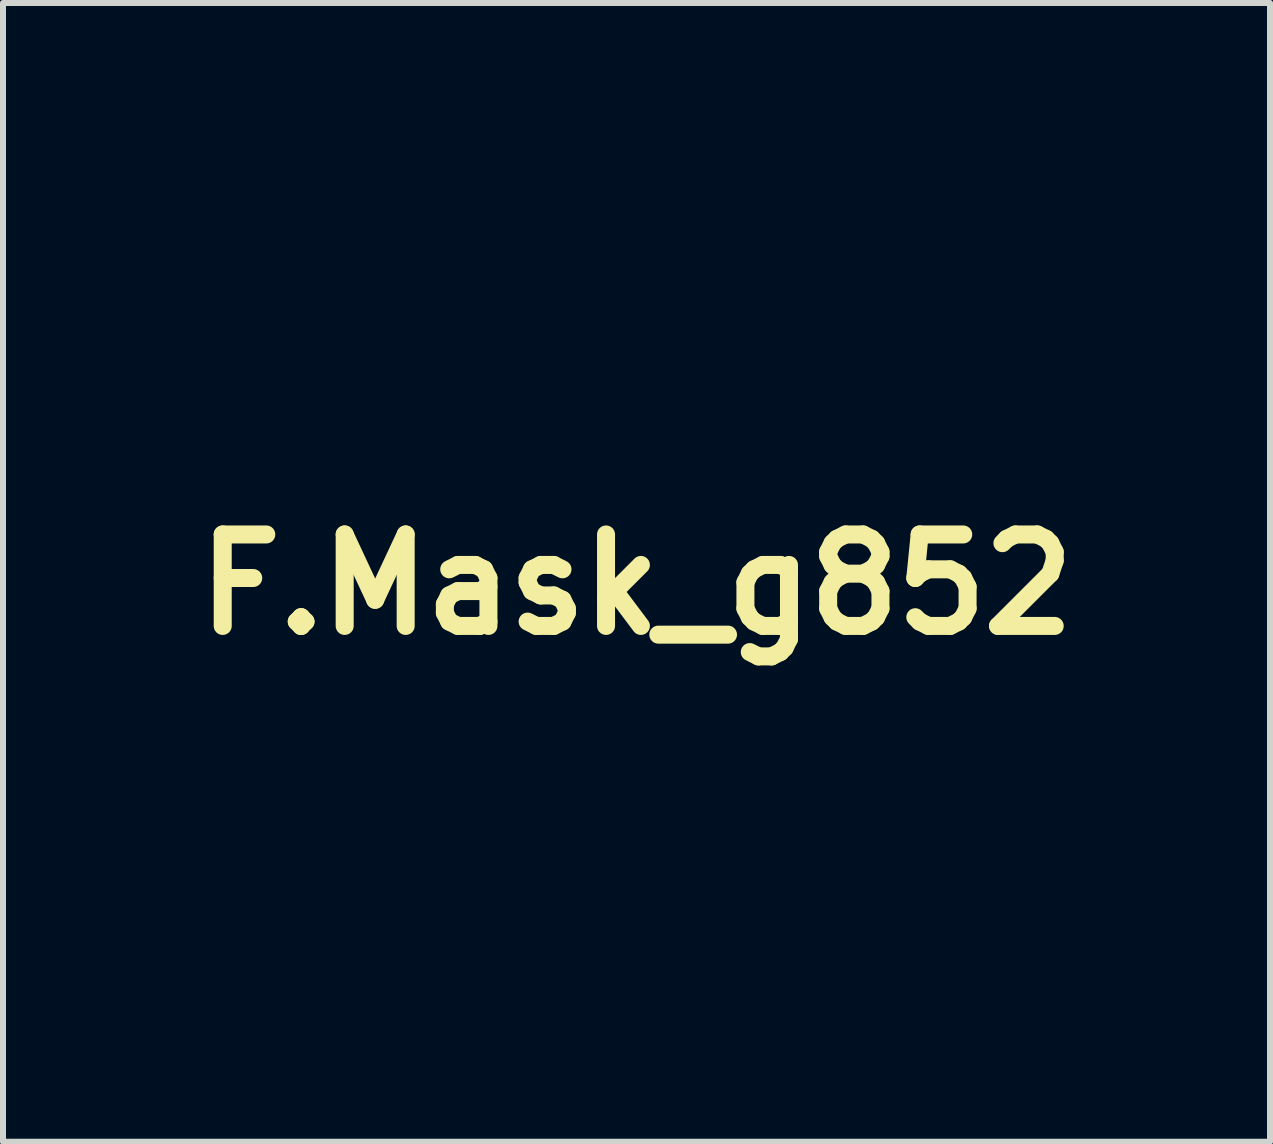
<source format=kicad_pcb>
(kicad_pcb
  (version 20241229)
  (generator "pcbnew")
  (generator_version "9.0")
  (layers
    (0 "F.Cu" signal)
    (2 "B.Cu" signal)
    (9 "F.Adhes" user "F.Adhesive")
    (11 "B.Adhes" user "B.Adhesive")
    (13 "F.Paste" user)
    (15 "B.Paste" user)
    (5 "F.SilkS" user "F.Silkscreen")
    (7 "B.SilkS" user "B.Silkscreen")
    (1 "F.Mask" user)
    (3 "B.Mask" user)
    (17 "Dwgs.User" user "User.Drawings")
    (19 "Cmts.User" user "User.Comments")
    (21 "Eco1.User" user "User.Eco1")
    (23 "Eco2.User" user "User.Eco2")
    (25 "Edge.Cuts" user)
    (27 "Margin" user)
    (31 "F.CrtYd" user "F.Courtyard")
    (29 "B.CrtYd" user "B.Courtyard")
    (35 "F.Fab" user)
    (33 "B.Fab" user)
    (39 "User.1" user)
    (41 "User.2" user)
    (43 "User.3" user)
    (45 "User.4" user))
  (footprint "F.Mask_g852"
    (layer "F.Cu")
    (at 7.555 6.689)
    (property "Reference" "F.Mask_g852" (at 0 0 0) (layer "F.SilkS") (effects (font (size 1.524 1.524) (thickness 0.3))))
    (attr through_hole)
    (fp_poly (pts (xy 2.445 -4.873) (xy 2.627 -4.823) (xy 2.797 -4.739) (xy 2.799 -4.738) (xy 2.9 -4.653) (xy 2.963 -4.556) (xy 2.986 -4.449) (xy 2.97 -4.338) (xy 2.915 -4.225) (xy 2.831 -4.127) (xy 2.764 -4.071) (xy 2.68 -4.018) (xy 2.574 -3.966) (xy 2.439 -3.911) (xy 2.271 -3.851) (xy 2.239 -3.84) (xy 2.084 -3.786) (xy 1.96 -3.736) (xy 1.857 -3.685) (xy 1.766 -3.626) (xy 1.677 -3.555) (xy 1.579 -3.465) (xy 1.553 -3.44) (xy 1.349 -3.214) (xy 1.183 -2.974) (xy 1.056 -2.723) (xy 0.969 -2.463) (xy 0.942 -2.337) (xy 0.927 -2.254) (xy 0.914 -2.188) (xy 0.904 -2.149) (xy 0.902 -2.143) (xy 0.899 -2.16) (xy 0.898 -2.211) (xy 0.899 -2.289) (xy 0.901 -2.386) (xy 0.902 -2.396) (xy 0.905 -2.514) (xy 0.909 -2.659) (xy 0.914 -2.814) (xy 0.918 -2.963) (xy 0.919 -3.006) (xy 0.935 -3.287) (xy 0.965 -3.545) (xy 1.009 -3.777) (xy 1.066 -3.978) (xy 1.135 -4.143) (xy 1.159 -4.187) (xy 1.266 -4.336) (xy 1.406 -4.48) (xy 1.571 -4.612) (xy 1.751 -4.726) (xy 1.936 -4.814) (xy 2.08 -4.861) (xy 2.259 -4.886) (xy 2.445 -4.873)) (stroke (width 0.01) (type solid)) (fill yes) (layer "F.Mask"))
    (fp_poly (pts (xy -1.235 -6.679) (xy -1.113 -6.663) (xy -1.098 -6.66) (xy -0.874 -6.59) (xy -0.643 -6.486) (xy -0.412 -6.352) (xy -0.191 -6.196) (xy 0.014 -6.021) (xy 0.194 -5.833) (xy 0.275 -5.733) (xy 0.383 -5.58) (xy 0.465 -5.437) (xy 0.53 -5.288) (xy 0.579 -5.143) (xy 0.631 -4.952) (xy 0.674 -4.761) (xy 0.707 -4.563) (xy 0.731 -4.352) (xy 0.748 -4.12) (xy 0.757 -3.861) (xy 0.759 -3.568) (xy 0.759 -3.503) (xy 0.758 -3.358) (xy 0.756 -3.202) (xy 0.754 -3.039) (xy 0.751 -2.874) (xy 0.747 -2.714) (xy 0.743 -2.562) (xy 0.739 -2.425) (xy 0.735 -2.307) (xy 0.732 -2.213) (xy 0.728 -2.149) (xy 0.725 -2.12) (xy 0.724 -2.12) (xy 0.72 -2.145) (xy 0.713 -2.203) (xy 0.705 -2.285) (xy 0.698 -2.353) (xy 0.641 -2.702) (xy 0.543 -3.043) (xy 0.404 -3.377) (xy 0.224 -3.702) (xy 0.003 -4.018) (xy -0.148 -4.202) (xy -0.279 -4.348) (xy -0.401 -4.471) (xy -0.521 -4.577) (xy -0.646 -4.669) (xy -0.782 -4.752) (xy -0.937 -4.83) (xy -1.118 -4.909) (xy -1.331 -4.993) (xy -1.376 -5.01) (xy -1.614 -5.104) (xy -1.815 -5.192) (xy -1.982 -5.278) (xy -2.12 -5.365) (xy -2.233 -5.455) (xy -2.325 -5.552) (xy -2.399 -5.658) (xy -2.452 -5.757) (xy -2.5 -5.902) (xy -2.506 -6.045) (xy -2.471 -6.181) (xy -2.398 -6.304) (xy -2.312 -6.392) (xy -2.225 -6.453) (xy -2.11 -6.517) (xy -1.984 -6.576) (xy -1.86 -6.622) (xy -1.81 -6.638) (xy -1.683 -6.663) (xy -1.535 -6.679) (xy -1.381 -6.684) (xy -1.235 -6.679)) (stroke (width 0.01) (type solid)) (fill yes) (layer "F.Mask"))
    (fp_poly (pts (xy 1.978 4.644) (xy 2.215 4.687) (xy 2.447 4.77) (xy 2.669 4.891) (xy 2.874 5.046) (xy 2.998 5.14) (xy 3.116 5.194) (xy 3.231 5.208) (xy 3.347 5.182) (xy 3.47 5.115) (xy 3.566 5.04) (xy 3.77 4.884) (xy 3.978 4.768) (xy 4.194 4.691) (xy 4.426 4.648) (xy 4.509 4.641) (xy 4.757 4.648) (xy 4.999 4.694) (xy 5.23 4.777) (xy 5.444 4.896) (xy 5.588 5.006) (xy 5.683 5.086) (xy 5.758 5.139) (xy 5.824 5.172) (xy 5.891 5.188) (xy 5.969 5.193) (xy 5.98 5.193) (xy 6.067 5.189) (xy 6.137 5.172) (xy 6.205 5.137) (xy 6.286 5.079) (xy 6.302 5.066) (xy 6.42 4.986) (xy 6.538 4.942) (xy 6.669 4.928) (xy 6.673 4.928) (xy 6.82 4.947) (xy 6.949 5.002) (xy 7.057 5.088) (xy 7.138 5.2) (xy 7.187 5.334) (xy 7.201 5.46) (xy 7.192 5.573) (xy 7.161 5.67) (xy 7.104 5.763) (xy 7.015 5.861) (xy 6.979 5.896) (xy 6.788 6.046) (xy 6.579 6.158) (xy 6.352 6.233) (xy 6.105 6.269) (xy 5.98 6.274) (xy 5.805 6.267) (xy 5.66 6.249) (xy 5.609 6.238) (xy 5.437 6.179) (xy 5.261 6.095) (xy 5.098 5.995) (xy 4.995 5.916) (xy 4.887 5.827) (xy 4.796 5.767) (xy 4.714 5.731) (xy 4.633 5.716) (xy 4.598 5.715) (xy 4.517 5.723) (xy 4.435 5.751) (xy 4.345 5.802) (xy 4.24 5.88) (xy 4.18 5.93) (xy 3.983 6.071) (xy 3.767 6.177) (xy 3.538 6.246) (xy 3.302 6.278) (xy 3.063 6.273) (xy 2.828 6.231) (xy 2.6 6.15) (xy 2.455 6.075) (xy 2.366 6.017) (xy 2.269 5.946) (xy 2.191 5.883) (xy 2.092 5.803) (xy 2.007 5.751) (xy 1.925 5.724) (xy 1.837 5.715) (xy 1.831 5.715) (xy 1.748 5.721) (xy 1.672 5.744) (xy 1.594 5.787) (xy 1.503 5.856) (xy 1.45 5.903) (xy 1.293 6.022) (xy 1.11 6.126) (xy 0.919 6.207) (xy 0.826 6.236) (xy 0.701 6.259) (xy 0.552 6.272) (xy 0.393 6.273) (xy 0.24 6.264) (xy 0.109 6.243) (xy 0.085 6.238) (xy -0.092 6.177) (xy -0.275 6.089) (xy -0.446 5.983) (xy -0.54 5.91) (xy -0.642 5.827) (xy -0.724 5.771) (xy -0.793 5.736) (xy -0.858 5.719) (xy -0.92 5.715) (xy -1.024 5.726) (xy -1.12 5.762) (xy -1.22 5.828) (xy -1.28 5.879) (xy -1.486 6.035) (xy -1.709 6.153) (xy -1.946 6.234) (xy -2.192 6.275) (xy -2.444 6.275) (xy -2.545 6.264) (xy -2.779 6.208) (xy -3.005 6.112) (xy -3.22 5.975) (xy -3.328 5.887) (xy -3.428 5.807) (xy -3.512 5.754) (xy -3.591 5.725) (xy -3.675 5.715) (xy -3.694 5.715) (xy -3.779 5.722) (xy -3.856 5.745) (xy -3.937 5.791) (xy -4.03 5.863) (xy -4.064 5.892) (xy -4.264 6.039) (xy -4.491 6.153) (xy -4.636 6.205) (xy -4.764 6.234) (xy -4.919 6.252) (xy -5.086 6.258) (xy -5.252 6.252) (xy -5.401 6.235) (xy -5.482 6.217) (xy -5.675 6.15) (xy -5.851 6.063) (xy -6.004 5.96) (xy -6.13 5.844) (xy -6.225 5.72) (xy -6.284 5.59) (xy -6.3 5.519) (xy -6.299 5.38) (xy -6.261 5.25) (xy -6.191 5.135) (xy -6.094 5.04) (xy -5.976 4.971) (xy -5.84 4.934) (xy -5.768 4.929) (xy -5.635 4.941) (xy -5.525 4.979) (xy -5.423 5.048) (xy -5.417 5.053) (xy -5.298 5.141) (xy -5.182 5.191) (xy -5.066 5.202) (xy -4.946 5.174) (xy -4.818 5.107) (xy -4.694 5.015) (xy -4.497 4.869) (xy -4.298 4.761) (xy -4.089 4.689) (xy -3.863 4.648) (xy -3.795 4.642) (xy -3.545 4.644) (xy -3.303 4.688) (xy -3.069 4.772) (xy -2.848 4.895) (xy -2.648 5.051) (xy -2.524 5.144) (xy -2.405 5.196) (xy -2.287 5.207) (xy -2.167 5.176) (xy -2.042 5.105) (xy -1.96 5.039) (xy -1.748 4.879) (xy -1.522 4.757) (xy -1.386 4.705) (xy -1.307 4.681) (xy -1.237 4.664) (xy -1.162 4.655) (xy -1.07 4.649) (xy -0.949 4.648) (xy -0.942 4.648) (xy -0.817 4.648) (xy -0.721 4.652) (xy -0.644 4.662) (xy -0.572 4.677) (xy -0.508 4.696) (xy -0.266 4.792) (xy -0.05 4.919) (xy 0.063 5.009) (xy 0.187 5.107) (xy 0.295 5.17) (xy 0.395 5.202) (xy 0.45 5.207) (xy 0.527 5.199) (xy 0.602 5.174) (xy 0.685 5.127) (xy 0.784 5.054) (xy 0.829 5.017) (xy 1.041 4.864) (xy 1.266 4.75) (xy 1.5 4.676) (xy 1.738 4.64) (xy 1.978 4.644)) (stroke (width 0.01) (type solid)) (fill yes) (layer "F.Mask"))
    (fp_poly (pts (xy -3.661 1.572) (xy -3.487 1.636) (xy -3.479 1.64) (xy -3.368 1.702) (xy -3.267 1.773) (xy -3.173 1.859) (xy -3.082 1.965) (xy -2.99 2.095) (xy -2.893 2.253) (xy -2.787 2.445) (xy -2.742 2.529) (xy -2.635 2.73) (xy -2.539 2.897) (xy -2.456 3.028) (xy -2.387 3.121) (xy -2.335 3.174) (xy -2.235 3.23) (xy -2.12 3.249) (xy -1.986 3.233) (xy -1.974 3.231) (xy -1.834 3.181) (xy -1.709 3.109) (xy -1.604 3.02) (xy -1.521 2.919) (xy -1.465 2.81) (xy -1.44 2.701) (xy -1.45 2.595) (xy -1.471 2.54) (xy -1.511 2.49) (xy -1.575 2.465) (xy -1.582 2.464) (xy -1.701 2.425) (xy -1.792 2.36) (xy -1.85 2.273) (xy -1.873 2.169) (xy -1.861 2.065) (xy -1.824 1.988) (xy -1.756 1.902) (xy -1.664 1.815) (xy -1.556 1.733) (xy -1.44 1.665) (xy -1.433 1.662) (xy -1.241 1.587) (xy -1.051 1.555) (xy -0.865 1.564) (xy -0.686 1.614) (xy -0.515 1.706) (xy -0.389 1.805) (xy -0.308 1.884) (xy -0.234 1.968) (xy -0.163 2.064) (xy -0.089 2.179) (xy -0.008 2.32) (xy 0.058 2.441) (xy 0.165 2.64) (xy 0.258 2.802) (xy 0.337 2.932) (xy 0.405 3.032) (xy 0.464 3.104) (xy 0.515 3.152) (xy 0.54 3.169) (xy 0.654 3.211) (xy 0.779 3.22) (xy 0.91 3.199) (xy 1.038 3.153) (xy 1.156 3.085) (xy 1.259 2.999) (xy 1.34 2.899) (xy 1.39 2.788) (xy 1.405 2.687) (xy 1.394 2.588) (xy 1.356 2.519) (xy 1.287 2.474) (xy 1.234 2.457) (xy 1.123 2.41) (xy 1.04 2.337) (xy 0.989 2.245) (xy 0.973 2.139) (xy 0.996 2.027) (xy 1.009 1.997) (xy 1.052 1.934) (xy 1.124 1.861) (xy 1.215 1.786) (xy 1.316 1.715) (xy 1.418 1.657) (xy 1.429 1.652) (xy 1.619 1.581) (xy 1.806 1.551) (xy 1.989 1.564) (xy 2.166 1.618) (xy 2.337 1.713) (xy 2.5 1.849) (xy 2.625 1.988) (xy 2.685 2.073) (xy 2.759 2.199) (xy 2.848 2.363) (xy 2.95 2.566) (xy 2.963 2.592) (xy 3.029 2.726) (xy 3.094 2.85) (xy 3.152 2.959) (xy 3.201 3.046) (xy 3.238 3.106) (xy 3.254 3.126) (xy 3.341 3.194) (xy 3.447 3.225) (xy 3.572 3.222) (xy 3.638 3.209) (xy 3.785 3.159) (xy 3.921 3.086) (xy 4.039 2.997) (xy 4.134 2.897) (xy 4.2 2.79) (xy 4.231 2.683) (xy 4.233 2.651) (xy 4.226 2.562) (xy 4.2 2.506) (xy 4.151 2.474) (xy 4.105 2.463) (xy 3.99 2.426) (xy 3.902 2.356) (xy 3.845 2.262) (xy 3.817 2.174) (xy 3.814 2.098) (xy 3.84 2.025) (xy 3.897 1.946) (xy 3.976 1.863) (xy 4.136 1.732) (xy 4.308 1.635) (xy 4.487 1.574) (xy 4.667 1.549) (xy 4.828 1.562) (xy 4.971 1.599) (xy 5.102 1.656) (xy 5.225 1.737) (xy 5.344 1.845) (xy 5.464 1.984) (xy 5.586 2.157) (xy 5.715 2.367) (xy 5.729 2.39) (xy 5.836 2.551) (xy 5.973 2.716) (xy 6.128 2.874) (xy 6.291 3.012) (xy 6.315 3.031) (xy 6.394 3.088) (xy 6.452 3.124) (xy 6.498 3.144) (xy 6.544 3.152) (xy 6.591 3.154) (xy 6.744 3.172) (xy 6.88 3.225) (xy 6.993 3.308) (xy 7.078 3.418) (xy 7.124 3.526) (xy 7.15 3.672) (xy 7.138 3.808) (xy 7.088 3.936) (xy 6.998 4.059) (xy 6.868 4.178) (xy 6.734 4.273) (xy 6.523 4.383) (xy 6.295 4.459) (xy 6.056 4.498) (xy 5.814 4.501) (xy 5.578 4.464) (xy 5.546 4.456) (xy 5.4 4.406) (xy 5.244 4.331) (xy 5.093 4.242) (xy 4.963 4.146) (xy 4.953 4.138) (xy 4.82 4.034) (xy 4.7 3.967) (xy 4.588 3.939) (xy 4.478 3.948) (xy 4.364 3.994) (xy 4.24 4.079) (xy 4.173 4.134) (xy 3.976 4.279) (xy 3.753 4.391) (xy 3.587 4.449) (xy 3.434 4.48) (xy 3.26 4.496) (xy 3.081 4.496) (xy 2.914 4.48) (xy 2.815 4.46) (xy 2.635 4.397) (xy 2.45 4.306) (xy 2.278 4.194) (xy 2.185 4.12) (xy 2.064 4.024) (xy 1.954 3.963) (xy 1.85 3.937) (xy 1.745 3.946) (xy 1.633 3.99) (xy 1.51 4.07) (xy 1.407 4.152) (xy 1.213 4.294) (xy 1.008 4.397) (xy 0.787 4.462) (xy 0.545 4.493) (xy 0.445 4.495) (xy 0.191 4.478) (xy -0.041 4.425) (xy -0.254 4.335) (xy -0.451 4.208) (xy -0.5 4.169) (xy -0.601 4.086) (xy -0.678 4.026) (xy -0.739 3.987) (xy -0.792 3.963) (xy -0.845 3.952) (xy -0.905 3.948) (xy -0.931 3.948) (xy -0.997 3.949) (xy -1.051 3.958) (xy -1.103 3.976) (xy -1.16 4.009) (xy -1.23 4.061) (xy -1.321 4.135) (xy -1.365 4.172) (xy -1.514 4.278) (xy -1.688 4.371) (xy -1.867 4.44) (xy -1.916 4.454) (xy -1.991 4.469) (xy -2.089 4.483) (xy -2.197 4.493) (xy -2.305 4.5) (xy -2.4 4.503) (xy -2.469 4.5) (xy -2.487 4.497) (xy -2.531 4.487) (xy -2.599 4.474) (xy -2.646 4.464) (xy -2.767 4.43) (xy -2.905 4.371) (xy -3.05 4.297) (xy -3.186 4.211) (xy -3.297 4.128) (xy -3.373 4.067) (xy -3.447 4.013) (xy -3.506 3.976) (xy -3.524 3.968) (xy -3.635 3.939) (xy -3.749 3.946) (xy -3.867 3.992) (xy -3.994 4.076) (xy -4.05 4.123) (xy -4.241 4.262) (xy -4.454 4.37) (xy -4.685 4.443) (xy -4.925 4.481) (xy -5.169 4.482) (xy -5.411 4.446) (xy -5.416 4.445) (xy -5.592 4.39) (xy -5.76 4.314) (xy -5.915 4.222) (xy -6.047 4.118) (xy -6.152 4.007) (xy -6.221 3.894) (xy -6.223 3.89) (xy -6.26 3.755) (xy -6.259 3.618) (xy -6.223 3.486) (xy -6.156 3.367) (xy -6.062 3.268) (xy -5.944 3.196) (xy -5.876 3.173) (xy -5.741 3.156) (xy -5.602 3.174) (xy -5.473 3.224) (xy -5.376 3.293) (xy -5.273 3.363) (xy -5.157 3.398) (xy -5.06 3.398) (xy -4.945 3.369) (xy -4.821 3.317) (xy -4.698 3.248) (xy -4.582 3.167) (xy -4.482 3.081) (xy -4.406 2.994) (xy -4.363 2.913) (xy -4.361 2.908) (xy -4.341 2.82) (xy -4.327 2.721) (xy -4.32 2.627) (xy -4.323 2.552) (xy -4.326 2.531) (xy -4.344 2.493) (xy -4.383 2.472) (xy -4.425 2.463) (xy -4.535 2.428) (xy -4.625 2.363) (xy -4.688 2.276) (xy -4.719 2.176) (xy -4.72 2.146) (xy -4.7 2.052) (xy -4.645 1.953) (xy -4.56 1.856) (xy -4.45 1.764) (xy -4.323 1.683) (xy -4.183 1.617) (xy -4.036 1.571) (xy -4.012 1.566) (xy -3.834 1.549) (xy -3.661 1.572)) (stroke (width 0.01) (type solid)) (fill yes) (layer "F.Mask")))
  (gr_rect
    (start -3 -3)
    (end 18.109 15.972)
    (stroke (width 0.1) (type default))
    (fill no)
    (layer "Edge.Cuts")))
</source>
